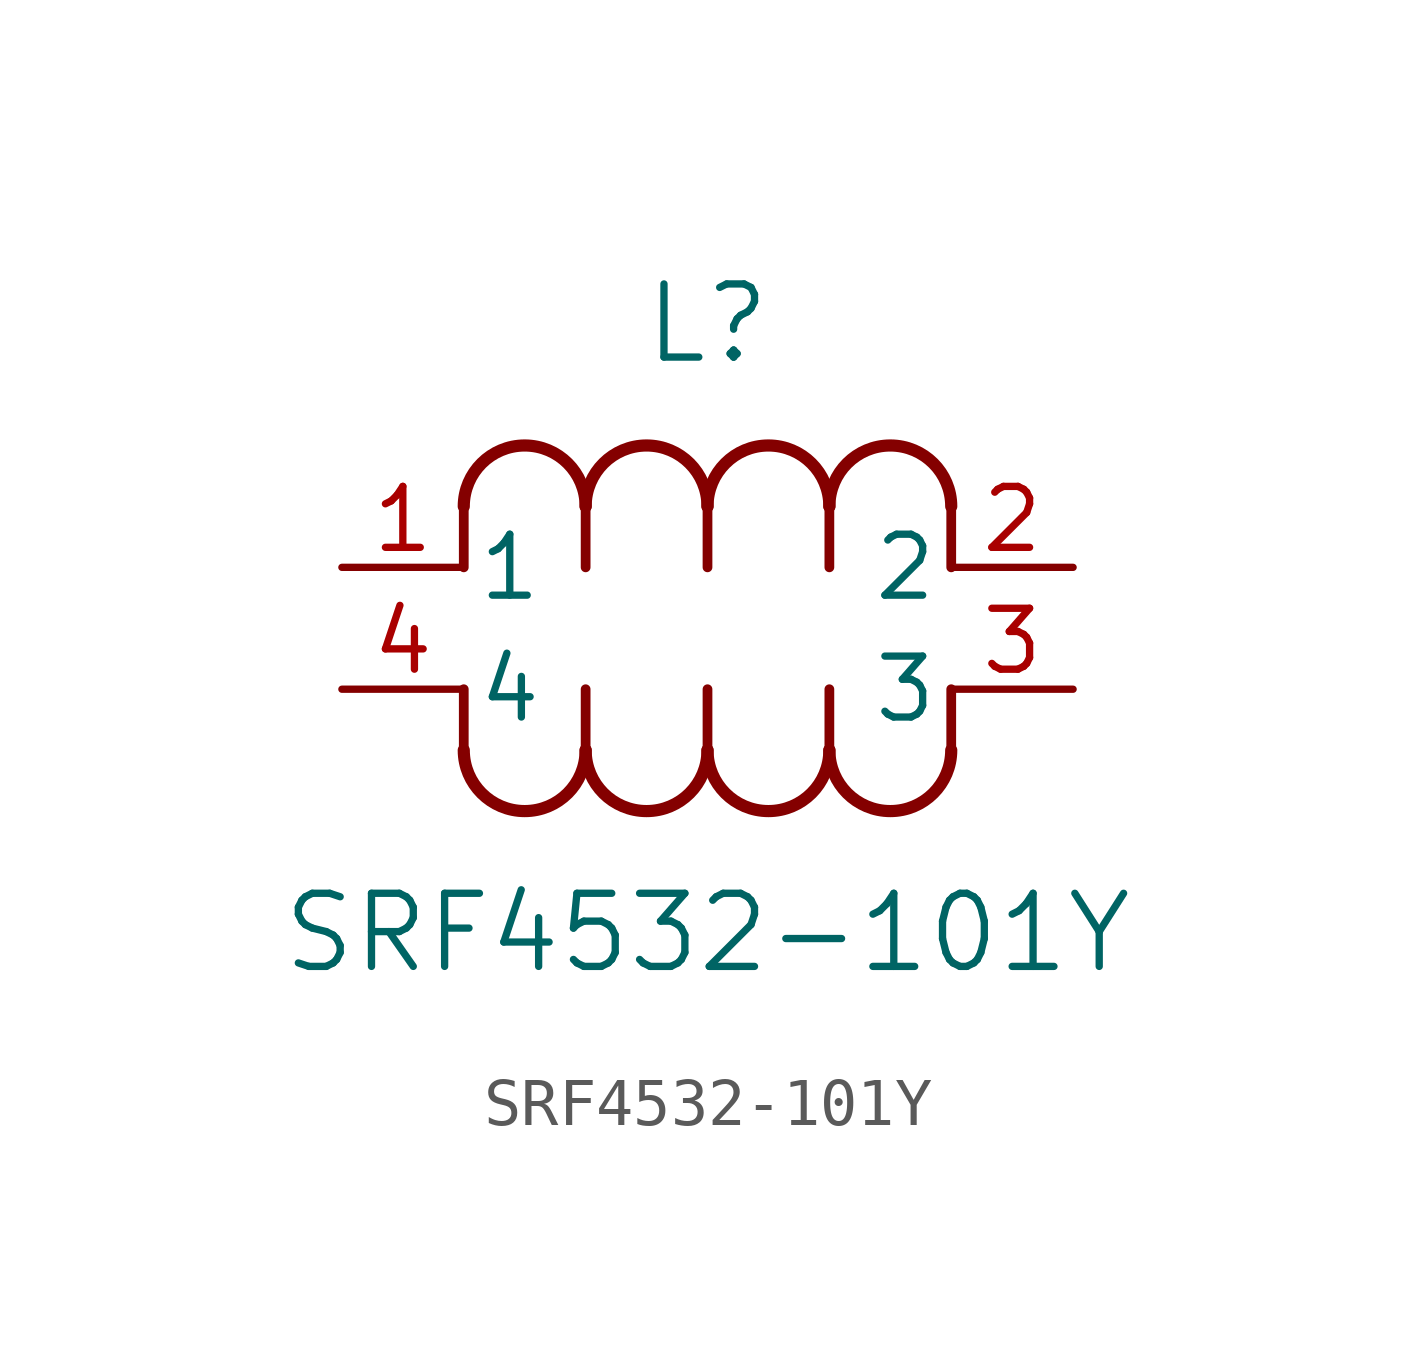
<source format=kicad_sym>
(kicad_symbol_lib
  (version 20231120)
  (generator "kicad_symbol_editor")
  (generator_version "8.0")
  (symbol "SRF4532-101Y"
    (pin_names
      (offset 0.254))
    (property "Reference" "L"
      (at 7.62 5.08 0)
      (effects (font (size 1.524 1.524))))
    (property "Value" "SRF4532-101Y"
      (at 7.62 -7.62 0)
      (effects (font (size 1.524 1.524))))
    (property "ki_locked" ""
      (at 0 0 0)
      (effects (font (size 1.27 1.27))))
    (symbol "SRF4532-101Y_0_1"
      (polyline (pts (xy 2.54 -2.54) (xy 2.54 -3.81)) (stroke (width 0.203) (type default)) (fill (type none)))
      (polyline (pts (xy 2.54 0) (xy 2.54 1.27)) (stroke (width 0.203) (type default)) (fill (type none)))
      (polyline (pts (xy 5.08 -2.54) (xy 5.08 -3.81)) (stroke (width 0.203) (type default)) (fill (type none)))
      (polyline (pts (xy 5.08 0) (xy 5.08 1.27)) (stroke (width 0.203) (type default)) (fill (type none)))
      (polyline (pts (xy 7.62 -2.54) (xy 7.62 -3.81)) (stroke (width 0.203) (type default)) (fill (type none)))
      (polyline (pts (xy 7.62 0) (xy 7.62 1.27)) (stroke (width 0.203) (type default)) (fill (type none)))
      (polyline (pts (xy 10.16 -2.54) (xy 10.16 -3.81)) (stroke (width 0.203) (type default)) (fill (type none)))
      (polyline (pts (xy 10.16 0) (xy 10.16 1.27)) (stroke (width 0.203) (type default)) (fill (type none)))
      (polyline (pts (xy 12.7 -2.54) (xy 12.7 -3.81)) (stroke (width 0.203) (type default)) (fill (type none)))
      (polyline (pts (xy 12.7 0) (xy 12.7 1.27)) (stroke (width 0.203) (type default)) (fill (type none)))
      (arc (start 2.54 -3.81) (mid 3.81 -5.0744) (end 5.08 -3.81) (stroke (width 0.254) (type default)) (fill (type none)))
      (arc (start 5.08 -3.81) (mid 6.35 -5.0744) (end 7.62 -3.81) (stroke (width 0.254) (type default)) (fill (type none)))
      (arc (start 5.08 1.27) (mid 3.81 2.5344) (end 2.54 1.27) (stroke (width 0.254) (type default)) (fill (type none)))
      (arc (start 7.62 -3.81) (mid 8.89 -5.0744) (end 10.16 -3.81) (stroke (width 0.254) (type default)) (fill (type none)))
      (arc (start 7.62 1.27) (mid 6.35 2.5344) (end 5.08 1.27) (stroke (width 0.254) (type default)) (fill (type none)))
      (arc (start 10.16 -3.81) (mid 11.43 -5.0744) (end 12.7 -3.81) (stroke (width 0.254) (type default)) (fill (type none)))
      (arc (start 10.16 1.27) (mid 8.89 2.5344) (end 7.62 1.27) (stroke (width 0.254) (type default)) (fill (type none)))
      (arc (start 12.7 1.27) (mid 11.43 2.5344) (end 10.16 1.27) (stroke (width 0.254) (type default)) (fill (type none)))
      (pin unspecified line (at 0 0 0) (length 2.54) (name "1" (effects (font (size 1.27 1.27)))) (number "1" (effects (font (size 1.27 1.27)))))
      (pin unspecified line (at 15.24 0 180) (length 2.54) (name "2" (effects (font (size 1.27 1.27)))) (number "2" (effects (font (size 1.27 1.27)))))
      (pin unspecified line (at 15.24 -2.54 180) (length 2.54) (name "3" (effects (font (size 1.27 1.27)))) (number "3" (effects (font (size 1.27 1.27)))))
      (pin unspecified line (at 0 -2.54 0) (length 2.54) (name "4" (effects (font (size 1.27 1.27)))) (number "4" (effects (font (size 1.27 1.27))))))))
</source>
